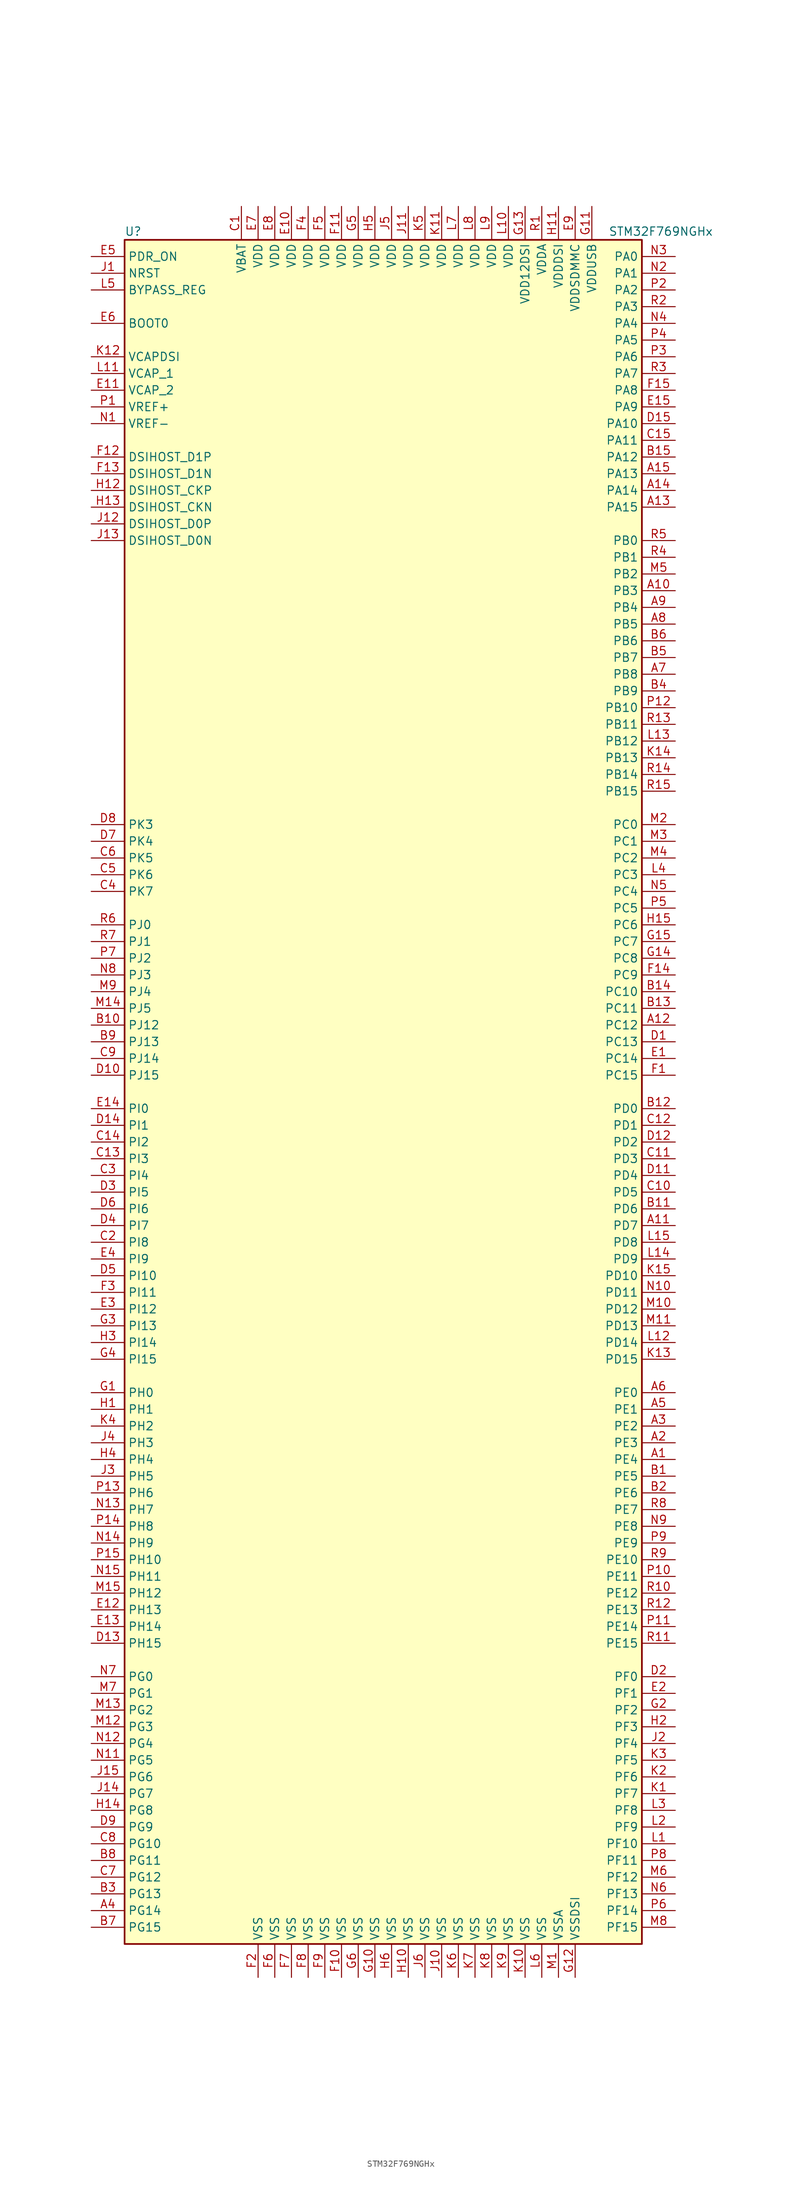
<source format=kicad_sym>
(kicad_symbol_lib
  (version 20201005)
  (generator kicad_symbol_editor)
  (symbol "STM32F769NGHx"
    (property "Reference" "U"
      (at -40.64 130.81 0)
      (effects (font (size 1.27 1.27)) (justify left)))
    (property "Value" "STM32F769NGHx"
      (at 33.02 130.81 0)
      (effects (font (size 1.27 1.27)) (justify left)))
    (symbol "STM32F769NGHx_0_1"
      (rectangle (start -40.64 -129.54) (end 38.1 129.54) (stroke (width 0.254)) (fill (type background))))
    (symbol "STM32F769NGHx_1_1"
      (pin bidirectional line (at 43.18 -55.88 180) (length 5.08) (name "PE4" (effects (font (size 1.27 1.27)))) (number "A1" (effects (font (size 1.27 1.27)))))
      (pin bidirectional line (at 43.18 76.2 180) (length 5.08) (name "PB3" (effects (font (size 1.27 1.27)))) (number "A10" (effects (font (size 1.27 1.27)))))
      (pin bidirectional line (at 43.18 -20.32 180) (length 5.08) (name "PD7" (effects (font (size 1.27 1.27)))) (number "A11" (effects (font (size 1.27 1.27)))))
      (pin bidirectional line (at 43.18 10.16 180) (length 5.08) (name "PC12" (effects (font (size 1.27 1.27)))) (number "A12" (effects (font (size 1.27 1.27)))))
      (pin bidirectional line (at 43.18 88.9 180) (length 5.08) (name "PA15" (effects (font (size 1.27 1.27)))) (number "A13" (effects (font (size 1.27 1.27)))))
      (pin bidirectional line (at 43.18 91.44 180) (length 5.08) (name "PA14" (effects (font (size 1.27 1.27)))) (number "A14" (effects (font (size 1.27 1.27)))))
      (pin bidirectional line (at 43.18 93.98 180) (length 5.08) (name "PA13" (effects (font (size 1.27 1.27)))) (number "A15" (effects (font (size 1.27 1.27)))))
      (pin bidirectional line (at 43.18 -53.34 180) (length 5.08) (name "PE3" (effects (font (size 1.27 1.27)))) (number "A2" (effects (font (size 1.27 1.27)))))
      (pin bidirectional line (at 43.18 -50.8 180) (length 5.08) (name "PE2" (effects (font (size 1.27 1.27)))) (number "A3" (effects (font (size 1.27 1.27)))))
      (pin bidirectional line (at -45.72 -124.46 0) (length 5.08) (name "PG14" (effects (font (size 1.27 1.27)))) (number "A4" (effects (font (size 1.27 1.27)))))
      (pin bidirectional line (at 43.18 -48.26 180) (length 5.08) (name "PE1" (effects (font (size 1.27 1.27)))) (number "A5" (effects (font (size 1.27 1.27)))))
      (pin bidirectional line (at 43.18 -45.72 180) (length 5.08) (name "PE0" (effects (font (size 1.27 1.27)))) (number "A6" (effects (font (size 1.27 1.27)))))
      (pin bidirectional line (at 43.18 63.5 180) (length 5.08) (name "PB8" (effects (font (size 1.27 1.27)))) (number "A7" (effects (font (size 1.27 1.27)))))
      (pin bidirectional line (at 43.18 71.12 180) (length 5.08) (name "PB5" (effects (font (size 1.27 1.27)))) (number "A8" (effects (font (size 1.27 1.27)))))
      (pin bidirectional line (at 43.18 73.66 180) (length 5.08) (name "PB4" (effects (font (size 1.27 1.27)))) (number "A9" (effects (font (size 1.27 1.27)))))
      (pin bidirectional line (at 43.18 -58.42 180) (length 5.08) (name "PE5" (effects (font (size 1.27 1.27)))) (number "B1" (effects (font (size 1.27 1.27)))))
      (pin bidirectional line (at -45.72 10.16 0) (length 5.08) (name "PJ12" (effects (font (size 1.27 1.27)))) (number "B10" (effects (font (size 1.27 1.27)))))
      (pin bidirectional line (at 43.18 -17.78 180) (length 5.08) (name "PD6" (effects (font (size 1.27 1.27)))) (number "B11" (effects (font (size 1.27 1.27)))))
      (pin bidirectional line (at 43.18 -2.54 180) (length 5.08) (name "PD0" (effects (font (size 1.27 1.27)))) (number "B12" (effects (font (size 1.27 1.27)))))
      (pin bidirectional line (at 43.18 12.7 180) (length 5.08) (name "PC11" (effects (font (size 1.27 1.27)))) (number "B13" (effects (font (size 1.27 1.27)))))
      (pin bidirectional line (at 43.18 15.24 180) (length 5.08) (name "PC10" (effects (font (size 1.27 1.27)))) (number "B14" (effects (font (size 1.27 1.27)))))
      (pin bidirectional line (at 43.18 96.52 180) (length 5.08) (name "PA12" (effects (font (size 1.27 1.27)))) (number "B15" (effects (font (size 1.27 1.27)))))
      (pin bidirectional line (at 43.18 -60.96 180) (length 5.08) (name "PE6" (effects (font (size 1.27 1.27)))) (number "B2" (effects (font (size 1.27 1.27)))))
      (pin bidirectional line (at -45.72 -121.92 0) (length 5.08) (name "PG13" (effects (font (size 1.27 1.27)))) (number "B3" (effects (font (size 1.27 1.27)))))
      (pin bidirectional line (at 43.18 60.96 180) (length 5.08) (name "PB9" (effects (font (size 1.27 1.27)))) (number "B4" (effects (font (size 1.27 1.27)))))
      (pin bidirectional line (at 43.18 66.04 180) (length 5.08) (name "PB7" (effects (font (size 1.27 1.27)))) (number "B5" (effects (font (size 1.27 1.27)))))
      (pin bidirectional line (at 43.18 68.58 180) (length 5.08) (name "PB6" (effects (font (size 1.27 1.27)))) (number "B6" (effects (font (size 1.27 1.27)))))
      (pin bidirectional line (at -45.72 -127 0) (length 5.08) (name "PG15" (effects (font (size 1.27 1.27)))) (number "B7" (effects (font (size 1.27 1.27)))))
      (pin bidirectional line (at -45.72 -116.84 0) (length 5.08) (name "PG11" (effects (font (size 1.27 1.27)))) (number "B8" (effects (font (size 1.27 1.27)))))
      (pin bidirectional line (at -45.72 7.62 0) (length 5.08) (name "PJ13" (effects (font (size 1.27 1.27)))) (number "B9" (effects (font (size 1.27 1.27)))))
      (pin power_in line (at -22.86 134.62 270) (length 5.08) (name "VBAT" (effects (font (size 1.27 1.27)))) (number "C1" (effects (font (size 1.27 1.27)))))
      (pin bidirectional line (at 43.18 -15.24 180) (length 5.08) (name "PD5" (effects (font (size 1.27 1.27)))) (number "C10" (effects (font (size 1.27 1.27)))))
      (pin bidirectional line (at 43.18 -10.16 180) (length 5.08) (name "PD3" (effects (font (size 1.27 1.27)))) (number "C11" (effects (font (size 1.27 1.27)))))
      (pin bidirectional line (at 43.18 -5.08 180) (length 5.08) (name "PD1" (effects (font (size 1.27 1.27)))) (number "C12" (effects (font (size 1.27 1.27)))))
      (pin bidirectional line (at -45.72 -10.16 0) (length 5.08) (name "PI3" (effects (font (size 1.27 1.27)))) (number "C13" (effects (font (size 1.27 1.27)))))
      (pin bidirectional line (at -45.72 -7.62 0) (length 5.08) (name "PI2" (effects (font (size 1.27 1.27)))) (number "C14" (effects (font (size 1.27 1.27)))))
      (pin bidirectional line (at 43.18 99.06 180) (length 5.08) (name "PA11" (effects (font (size 1.27 1.27)))) (number "C15" (effects (font (size 1.27 1.27)))))
      (pin bidirectional line (at -45.72 -22.86 0) (length 5.08) (name "PI8" (effects (font (size 1.27 1.27)))) (number "C2" (effects (font (size 1.27 1.27)))))
      (pin bidirectional line (at -45.72 -12.7 0) (length 5.08) (name "PI4" (effects (font (size 1.27 1.27)))) (number "C3" (effects (font (size 1.27 1.27)))))
      (pin bidirectional line (at -45.72 30.48 0) (length 5.08) (name "PK7" (effects (font (size 1.27 1.27)))) (number "C4" (effects (font (size 1.27 1.27)))))
      (pin bidirectional line (at -45.72 33.02 0) (length 5.08) (name "PK6" (effects (font (size 1.27 1.27)))) (number "C5" (effects (font (size 1.27 1.27)))))
      (pin bidirectional line (at -45.72 35.56 0) (length 5.08) (name "PK5" (effects (font (size 1.27 1.27)))) (number "C6" (effects (font (size 1.27 1.27)))))
      (pin bidirectional line (at -45.72 -119.38 0) (length 5.08) (name "PG12" (effects (font (size 1.27 1.27)))) (number "C7" (effects (font (size 1.27 1.27)))))
      (pin bidirectional line (at -45.72 -114.3 0) (length 5.08) (name "PG10" (effects (font (size 1.27 1.27)))) (number "C8" (effects (font (size 1.27 1.27)))))
      (pin bidirectional line (at -45.72 5.08 0) (length 5.08) (name "PJ14" (effects (font (size 1.27 1.27)))) (number "C9" (effects (font (size 1.27 1.27)))))
      (pin bidirectional line (at 43.18 7.62 180) (length 5.08) (name "PC13" (effects (font (size 1.27 1.27)))) (number "D1" (effects (font (size 1.27 1.27)))))
      (pin bidirectional line (at -45.72 2.54 0) (length 5.08) (name "PJ15" (effects (font (size 1.27 1.27)))) (number "D10" (effects (font (size 1.27 1.27)))))
      (pin bidirectional line (at 43.18 -12.7 180) (length 5.08) (name "PD4" (effects (font (size 1.27 1.27)))) (number "D11" (effects (font (size 1.27 1.27)))))
      (pin bidirectional line (at 43.18 -7.62 180) (length 5.08) (name "PD2" (effects (font (size 1.27 1.27)))) (number "D12" (effects (font (size 1.27 1.27)))))
      (pin bidirectional line (at -45.72 -83.82 0) (length 5.08) (name "PH15" (effects (font (size 1.27 1.27)))) (number "D13" (effects (font (size 1.27 1.27)))))
      (pin bidirectional line (at -45.72 -5.08 0) (length 5.08) (name "PI1" (effects (font (size 1.27 1.27)))) (number "D14" (effects (font (size 1.27 1.27)))))
      (pin bidirectional line (at 43.18 101.6 180) (length 5.08) (name "PA10" (effects (font (size 1.27 1.27)))) (number "D15" (effects (font (size 1.27 1.27)))))
      (pin bidirectional line (at 43.18 -88.9 180) (length 5.08) (name "PF0" (effects (font (size 1.27 1.27)))) (number "D2" (effects (font (size 1.27 1.27)))))
      (pin bidirectional line (at -45.72 -15.24 0) (length 5.08) (name "PI5" (effects (font (size 1.27 1.27)))) (number "D3" (effects (font (size 1.27 1.27)))))
      (pin bidirectional line (at -45.72 -20.32 0) (length 5.08) (name "PI7" (effects (font (size 1.27 1.27)))) (number "D4" (effects (font (size 1.27 1.27)))))
      (pin bidirectional line (at -45.72 -27.94 0) (length 5.08) (name "PI10" (effects (font (size 1.27 1.27)))) (number "D5" (effects (font (size 1.27 1.27)))))
      (pin bidirectional line (at -45.72 -17.78 0) (length 5.08) (name "PI6" (effects (font (size 1.27 1.27)))) (number "D6" (effects (font (size 1.27 1.27)))))
      (pin bidirectional line (at -45.72 38.1 0) (length 5.08) (name "PK4" (effects (font (size 1.27 1.27)))) (number "D7" (effects (font (size 1.27 1.27)))))
      (pin bidirectional line (at -45.72 40.64 0) (length 5.08) (name "PK3" (effects (font (size 1.27 1.27)))) (number "D8" (effects (font (size 1.27 1.27)))))
      (pin bidirectional line (at -45.72 -111.76 0) (length 5.08) (name "PG9" (effects (font (size 1.27 1.27)))) (number "D9" (effects (font (size 1.27 1.27)))))
      (pin bidirectional line (at 43.18 5.08 180) (length 5.08) (name "PC14" (effects (font (size 1.27 1.27)))) (number "E1" (effects (font (size 1.27 1.27)))))
      (pin power_in line (at -15.24 134.62 270) (length 5.08) (name "VDD" (effects (font (size 1.27 1.27)))) (number "E10" (effects (font (size 1.27 1.27)))))
      (pin power_in line (at -45.72 106.68 0) (length 5.08) (name "VCAP_2" (effects (font (size 1.27 1.27)))) (number "E11" (effects (font (size 1.27 1.27)))))
      (pin bidirectional line (at -45.72 -78.74 0) (length 5.08) (name "PH13" (effects (font (size 1.27 1.27)))) (number "E12" (effects (font (size 1.27 1.27)))))
      (pin bidirectional line (at -45.72 -81.28 0) (length 5.08) (name "PH14" (effects (font (size 1.27 1.27)))) (number "E13" (effects (font (size 1.27 1.27)))))
      (pin bidirectional line (at -45.72 -2.54 0) (length 5.08) (name "PI0" (effects (font (size 1.27 1.27)))) (number "E14" (effects (font (size 1.27 1.27)))))
      (pin bidirectional line (at 43.18 104.14 180) (length 5.08) (name "PA9" (effects (font (size 1.27 1.27)))) (number "E15" (effects (font (size 1.27 1.27)))))
      (pin bidirectional line (at 43.18 -91.44 180) (length 5.08) (name "PF1" (effects (font (size 1.27 1.27)))) (number "E2" (effects (font (size 1.27 1.27)))))
      (pin bidirectional line (at -45.72 -33.02 0) (length 5.08) (name "PI12" (effects (font (size 1.27 1.27)))) (number "E3" (effects (font (size 1.27 1.27)))))
      (pin bidirectional line (at -45.72 -25.4 0) (length 5.08) (name "PI9" (effects (font (size 1.27 1.27)))) (number "E4" (effects (font (size 1.27 1.27)))))
      (pin input line (at -45.72 127 0) (length 5.08) (name "PDR_ON" (effects (font (size 1.27 1.27)))) (number "E5" (effects (font (size 1.27 1.27)))))
      (pin input line (at -45.72 116.84 0) (length 5.08) (name "BOOT0" (effects (font (size 1.27 1.27)))) (number "E6" (effects (font (size 1.27 1.27)))))
      (pin power_in line (at -20.32 134.62 270) (length 5.08) (name "VDD" (effects (font (size 1.27 1.27)))) (number "E7" (effects (font (size 1.27 1.27)))))
      (pin power_in line (at -17.78 134.62 270) (length 5.08) (name "VDD" (effects (font (size 1.27 1.27)))) (number "E8" (effects (font (size 1.27 1.27)))))
      (pin power_in line (at 27.94 134.62 270) (length 5.08) (name "VDDSDMMC" (effects (font (size 1.27 1.27)))) (number "E9" (effects (font (size 1.27 1.27)))))
      (pin bidirectional line (at 43.18 2.54 180) (length 5.08) (name "PC15" (effects (font (size 1.27 1.27)))) (number "F1" (effects (font (size 1.27 1.27)))))
      (pin power_in line (at -7.62 -134.62 90) (length 5.08) (name "VSS" (effects (font (size 1.27 1.27)))) (number "F10" (effects (font (size 1.27 1.27)))))
      (pin power_in line (at -7.62 134.62 270) (length 5.08) (name "VDD" (effects (font (size 1.27 1.27)))) (number "F11" (effects (font (size 1.27 1.27)))))
      (pin bidirectional line (at -45.72 96.52 0) (length 5.08) (name "DSIHOST_D1P" (effects (font (size 1.27 1.27)))) (number "F12" (effects (font (size 1.27 1.27)))))
      (pin bidirectional line (at -45.72 93.98 0) (length 5.08) (name "DSIHOST_D1N" (effects (font (size 1.27 1.27)))) (number "F13" (effects (font (size 1.27 1.27)))))
      (pin bidirectional line (at 43.18 17.78 180) (length 5.08) (name "PC9" (effects (font (size 1.27 1.27)))) (number "F14" (effects (font (size 1.27 1.27)))))
      (pin bidirectional line (at 43.18 106.68 180) (length 5.08) (name "PA8" (effects (font (size 1.27 1.27)))) (number "F15" (effects (font (size 1.27 1.27)))))
      (pin power_in line (at -20.32 -134.62 90) (length 5.08) (name "VSS" (effects (font (size 1.27 1.27)))) (number "F2" (effects (font (size 1.27 1.27)))))
      (pin bidirectional line (at -45.72 -30.48 0) (length 5.08) (name "PI11" (effects (font (size 1.27 1.27)))) (number "F3" (effects (font (size 1.27 1.27)))))
      (pin power_in line (at -12.7 134.62 270) (length 5.08) (name "VDD" (effects (font (size 1.27 1.27)))) (number "F4" (effects (font (size 1.27 1.27)))))
      (pin power_in line (at -10.16 134.62 270) (length 5.08) (name "VDD" (effects (font (size 1.27 1.27)))) (number "F5" (effects (font (size 1.27 1.27)))))
      (pin power_in line (at -17.78 -134.62 90) (length 5.08) (name "VSS" (effects (font (size 1.27 1.27)))) (number "F6" (effects (font (size 1.27 1.27)))))
      (pin power_in line (at -15.24 -134.62 90) (length 5.08) (name "VSS" (effects (font (size 1.27 1.27)))) (number "F7" (effects (font (size 1.27 1.27)))))
      (pin power_in line (at -12.7 -134.62 90) (length 5.08) (name "VSS" (effects (font (size 1.27 1.27)))) (number "F8" (effects (font (size 1.27 1.27)))))
      (pin power_in line (at -10.16 -134.62 90) (length 5.08) (name "VSS" (effects (font (size 1.27 1.27)))) (number "F9" (effects (font (size 1.27 1.27)))))
      (pin input line (at -45.72 -45.72 0) (length 5.08) (name "PH0" (effects (font (size 1.27 1.27)))) (number "G1" (effects (font (size 1.27 1.27)))))
      (pin power_in line (at -2.54 -134.62 90) (length 5.08) (name "VSS" (effects (font (size 1.27 1.27)))) (number "G10" (effects (font (size 1.27 1.27)))))
      (pin power_in line (at 30.48 134.62 270) (length 5.08) (name "VDDUSB" (effects (font (size 1.27 1.27)))) (number "G11" (effects (font (size 1.27 1.27)))))
      (pin power_in line (at 27.94 -134.62 90) (length 5.08) (name "VSSDSI" (effects (font (size 1.27 1.27)))) (number "G12" (effects (font (size 1.27 1.27)))))
      (pin power_in line (at 20.32 134.62 270) (length 5.08) (name "VDD12DSI" (effects (font (size 1.27 1.27)))) (number "G13" (effects (font (size 1.27 1.27)))))
      (pin bidirectional line (at 43.18 20.32 180) (length 5.08) (name "PC8" (effects (font (size 1.27 1.27)))) (number "G14" (effects (font (size 1.27 1.27)))))
      (pin bidirectional line (at 43.18 22.86 180) (length 5.08) (name "PC7" (effects (font (size 1.27 1.27)))) (number "G15" (effects (font (size 1.27 1.27)))))
      (pin bidirectional line (at 43.18 -93.98 180) (length 5.08) (name "PF2" (effects (font (size 1.27 1.27)))) (number "G2" (effects (font (size 1.27 1.27)))))
      (pin bidirectional line (at -45.72 -35.56 0) (length 5.08) (name "PI13" (effects (font (size 1.27 1.27)))) (number "G3" (effects (font (size 1.27 1.27)))))
      (pin bidirectional line (at -45.72 -40.64 0) (length 5.08) (name "PI15" (effects (font (size 1.27 1.27)))) (number "G4" (effects (font (size 1.27 1.27)))))
      (pin power_in line (at -5.08 134.62 270) (length 5.08) (name "VDD" (effects (font (size 1.27 1.27)))) (number "G5" (effects (font (size 1.27 1.27)))))
      (pin power_in line (at -5.08 -134.62 90) (length 5.08) (name "VSS" (effects (font (size 1.27 1.27)))) (number "G6" (effects (font (size 1.27 1.27)))))
      (pin input line (at -45.72 -48.26 0) (length 5.08) (name "PH1" (effects (font (size 1.27 1.27)))) (number "H1" (effects (font (size 1.27 1.27)))))
      (pin power_in line (at 2.54 -134.62 90) (length 5.08) (name "VSS" (effects (font (size 1.27 1.27)))) (number "H10" (effects (font (size 1.27 1.27)))))
      (pin power_in line (at 25.4 134.62 270) (length 5.08) (name "VDDDSI" (effects (font (size 1.27 1.27)))) (number "H11" (effects (font (size 1.27 1.27)))))
      (pin bidirectional line (at -45.72 91.44 0) (length 5.08) (name "DSIHOST_CKP" (effects (font (size 1.27 1.27)))) (number "H12" (effects (font (size 1.27 1.27)))))
      (pin bidirectional line (at -45.72 88.9 0) (length 5.08) (name "DSIHOST_CKN" (effects (font (size 1.27 1.27)))) (number "H13" (effects (font (size 1.27 1.27)))))
      (pin bidirectional line (at -45.72 -109.22 0) (length 5.08) (name "PG8" (effects (font (size 1.27 1.27)))) (number "H14" (effects (font (size 1.27 1.27)))))
      (pin bidirectional line (at 43.18 25.4 180) (length 5.08) (name "PC6" (effects (font (size 1.27 1.27)))) (number "H15" (effects (font (size 1.27 1.27)))))
      (pin bidirectional line (at 43.18 -96.52 180) (length 5.08) (name "PF3" (effects (font (size 1.27 1.27)))) (number "H2" (effects (font (size 1.27 1.27)))))
      (pin bidirectional line (at -45.72 -38.1 0) (length 5.08) (name "PI14" (effects (font (size 1.27 1.27)))) (number "H3" (effects (font (size 1.27 1.27)))))
      (pin bidirectional line (at -45.72 -55.88 0) (length 5.08) (name "PH4" (effects (font (size 1.27 1.27)))) (number "H4" (effects (font (size 1.27 1.27)))))
      (pin power_in line (at -2.54 134.62 270) (length 5.08) (name "VDD" (effects (font (size 1.27 1.27)))) (number "H5" (effects (font (size 1.27 1.27)))))
      (pin power_in line (at 0 -134.62 90) (length 5.08) (name "VSS" (effects (font (size 1.27 1.27)))) (number "H6" (effects (font (size 1.27 1.27)))))
      (pin input line (at -45.72 124.46 0) (length 5.08) (name "NRST" (effects (font (size 1.27 1.27)))) (number "J1" (effects (font (size 1.27 1.27)))))
      (pin power_in line (at 7.62 -134.62 90) (length 5.08) (name "VSS" (effects (font (size 1.27 1.27)))) (number "J10" (effects (font (size 1.27 1.27)))))
      (pin power_in line (at 2.54 134.62 270) (length 5.08) (name "VDD" (effects (font (size 1.27 1.27)))) (number "J11" (effects (font (size 1.27 1.27)))))
      (pin bidirectional line (at -45.72 86.36 0) (length 5.08) (name "DSIHOST_D0P" (effects (font (size 1.27 1.27)))) (number "J12" (effects (font (size 1.27 1.27)))))
      (pin bidirectional line (at -45.72 83.82 0) (length 5.08) (name "DSIHOST_D0N" (effects (font (size 1.27 1.27)))) (number "J13" (effects (font (size 1.27 1.27)))))
      (pin bidirectional line (at -45.72 -106.68 0) (length 5.08) (name "PG7" (effects (font (size 1.27 1.27)))) (number "J14" (effects (font (size 1.27 1.27)))))
      (pin bidirectional line (at -45.72 -104.14 0) (length 5.08) (name "PG6" (effects (font (size 1.27 1.27)))) (number "J15" (effects (font (size 1.27 1.27)))))
      (pin bidirectional line (at 43.18 -99.06 180) (length 5.08) (name "PF4" (effects (font (size 1.27 1.27)))) (number "J2" (effects (font (size 1.27 1.27)))))
      (pin bidirectional line (at -45.72 -58.42 0) (length 5.08) (name "PH5" (effects (font (size 1.27 1.27)))) (number "J3" (effects (font (size 1.27 1.27)))))
      (pin bidirectional line (at -45.72 -53.34 0) (length 5.08) (name "PH3" (effects (font (size 1.27 1.27)))) (number "J4" (effects (font (size 1.27 1.27)))))
      (pin power_in line (at 0 134.62 270) (length 5.08) (name "VDD" (effects (font (size 1.27 1.27)))) (number "J5" (effects (font (size 1.27 1.27)))))
      (pin power_in line (at 5.08 -134.62 90) (length 5.08) (name "VSS" (effects (font (size 1.27 1.27)))) (number "J6" (effects (font (size 1.27 1.27)))))
      (pin bidirectional line (at 43.18 -106.68 180) (length 5.08) (name "PF7" (effects (font (size 1.27 1.27)))) (number "K1" (effects (font (size 1.27 1.27)))))
      (pin power_in line (at 20.32 -134.62 90) (length 5.08) (name "VSS" (effects (font (size 1.27 1.27)))) (number "K10" (effects (font (size 1.27 1.27)))))
      (pin power_in line (at 7.62 134.62 270) (length 5.08) (name "VDD" (effects (font (size 1.27 1.27)))) (number "K11" (effects (font (size 1.27 1.27)))))
      (pin power_in line (at -45.72 111.76 0) (length 5.08) (name "VCAPDSI" (effects (font (size 1.27 1.27)))) (number "K12" (effects (font (size 1.27 1.27)))))
      (pin bidirectional line (at 43.18 -40.64 180) (length 5.08) (name "PD15" (effects (font (size 1.27 1.27)))) (number "K13" (effects (font (size 1.27 1.27)))))
      (pin bidirectional line (at 43.18 50.8 180) (length 5.08) (name "PB13" (effects (font (size 1.27 1.27)))) (number "K14" (effects (font (size 1.27 1.27)))))
      (pin bidirectional line (at 43.18 -27.94 180) (length 5.08) (name "PD10" (effects (font (size 1.27 1.27)))) (number "K15" (effects (font (size 1.27 1.27)))))
      (pin bidirectional line (at 43.18 -104.14 180) (length 5.08) (name "PF6" (effects (font (size 1.27 1.27)))) (number "K2" (effects (font (size 1.27 1.27)))))
      (pin bidirectional line (at 43.18 -101.6 180) (length 5.08) (name "PF5" (effects (font (size 1.27 1.27)))) (number "K3" (effects (font (size 1.27 1.27)))))
      (pin bidirectional line (at -45.72 -50.8 0) (length 5.08) (name "PH2" (effects (font (size 1.27 1.27)))) (number "K4" (effects (font (size 1.27 1.27)))))
      (pin power_in line (at 5.08 134.62 270) (length 5.08) (name "VDD" (effects (font (size 1.27 1.27)))) (number "K5" (effects (font (size 1.27 1.27)))))
      (pin power_in line (at 10.16 -134.62 90) (length 5.08) (name "VSS" (effects (font (size 1.27 1.27)))) (number "K6" (effects (font (size 1.27 1.27)))))
      (pin power_in line (at 12.7 -134.62 90) (length 5.08) (name "VSS" (effects (font (size 1.27 1.27)))) (number "K7" (effects (font (size 1.27 1.27)))))
      (pin power_in line (at 15.24 -134.62 90) (length 5.08) (name "VSS" (effects (font (size 1.27 1.27)))) (number "K8" (effects (font (size 1.27 1.27)))))
      (pin power_in line (at 17.78 -134.62 90) (length 5.08) (name "VSS" (effects (font (size 1.27 1.27)))) (number "K9" (effects (font (size 1.27 1.27)))))
      (pin bidirectional line (at 43.18 -114.3 180) (length 5.08) (name "PF10" (effects (font (size 1.27 1.27)))) (number "L1" (effects (font (size 1.27 1.27)))))
      (pin power_in line (at 17.78 134.62 270) (length 5.08) (name "VDD" (effects (font (size 1.27 1.27)))) (number "L10" (effects (font (size 1.27 1.27)))))
      (pin power_in line (at -45.72 109.22 0) (length 5.08) (name "VCAP_1" (effects (font (size 1.27 1.27)))) (number "L11" (effects (font (size 1.27 1.27)))))
      (pin bidirectional line (at 43.18 -38.1 180) (length 5.08) (name "PD14" (effects (font (size 1.27 1.27)))) (number "L12" (effects (font (size 1.27 1.27)))))
      (pin bidirectional line (at 43.18 53.34 180) (length 5.08) (name "PB12" (effects (font (size 1.27 1.27)))) (number "L13" (effects (font (size 1.27 1.27)))))
      (pin bidirectional line (at 43.18 -25.4 180) (length 5.08) (name "PD9" (effects (font (size 1.27 1.27)))) (number "L14" (effects (font (size 1.27 1.27)))))
      (pin bidirectional line (at 43.18 -22.86 180) (length 5.08) (name "PD8" (effects (font (size 1.27 1.27)))) (number "L15" (effects (font (size 1.27 1.27)))))
      (pin bidirectional line (at 43.18 -111.76 180) (length 5.08) (name "PF9" (effects (font (size 1.27 1.27)))) (number "L2" (effects (font (size 1.27 1.27)))))
      (pin bidirectional line (at 43.18 -109.22 180) (length 5.08) (name "PF8" (effects (font (size 1.27 1.27)))) (number "L3" (effects (font (size 1.27 1.27)))))
      (pin bidirectional line (at 43.18 33.02 180) (length 5.08) (name "PC3" (effects (font (size 1.27 1.27)))) (number "L4" (effects (font (size 1.27 1.27)))))
      (pin input line (at -45.72 121.92 0) (length 5.08) (name "BYPASS_REG" (effects (font (size 1.27 1.27)))) (number "L5" (effects (font (size 1.27 1.27)))))
      (pin power_in line (at 22.86 -134.62 90) (length 5.08) (name "VSS" (effects (font (size 1.27 1.27)))) (number "L6" (effects (font (size 1.27 1.27)))))
      (pin power_in line (at 10.16 134.62 270) (length 5.08) (name "VDD" (effects (font (size 1.27 1.27)))) (number "L7" (effects (font (size 1.27 1.27)))))
      (pin power_in line (at 12.7 134.62 270) (length 5.08) (name "VDD" (effects (font (size 1.27 1.27)))) (number "L8" (effects (font (size 1.27 1.27)))))
      (pin power_in line (at 15.24 134.62 270) (length 5.08) (name "VDD" (effects (font (size 1.27 1.27)))) (number "L9" (effects (font (size 1.27 1.27)))))
      (pin power_in line (at 25.4 -134.62 90) (length 5.08) (name "VSSA" (effects (font (size 1.27 1.27)))) (number "M1" (effects (font (size 1.27 1.27)))))
      (pin bidirectional line (at 43.18 -33.02 180) (length 5.08) (name "PD12" (effects (font (size 1.27 1.27)))) (number "M10" (effects (font (size 1.27 1.27)))))
      (pin bidirectional line (at 43.18 -35.56 180) (length 5.08) (name "PD13" (effects (font (size 1.27 1.27)))) (number "M11" (effects (font (size 1.27 1.27)))))
      (pin bidirectional line (at -45.72 -96.52 0) (length 5.08) (name "PG3" (effects (font (size 1.27 1.27)))) (number "M12" (effects (font (size 1.27 1.27)))))
      (pin bidirectional line (at -45.72 -93.98 0) (length 5.08) (name "PG2" (effects (font (size 1.27 1.27)))) (number "M13" (effects (font (size 1.27 1.27)))))
      (pin bidirectional line (at -45.72 12.7 0) (length 5.08) (name "PJ5" (effects (font (size 1.27 1.27)))) (number "M14" (effects (font (size 1.27 1.27)))))
      (pin bidirectional line (at -45.72 -76.2 0) (length 5.08) (name "PH12" (effects (font (size 1.27 1.27)))) (number "M15" (effects (font (size 1.27 1.27)))))
      (pin bidirectional line (at 43.18 40.64 180) (length 5.08) (name "PC0" (effects (font (size 1.27 1.27)))) (number "M2" (effects (font (size 1.27 1.27)))))
      (pin bidirectional line (at 43.18 38.1 180) (length 5.08) (name "PC1" (effects (font (size 1.27 1.27)))) (number "M3" (effects (font (size 1.27 1.27)))))
      (pin bidirectional line (at 43.18 35.56 180) (length 5.08) (name "PC2" (effects (font (size 1.27 1.27)))) (number "M4" (effects (font (size 1.27 1.27)))))
      (pin bidirectional line (at 43.18 78.74 180) (length 5.08) (name "PB2" (effects (font (size 1.27 1.27)))) (number "M5" (effects (font (size 1.27 1.27)))))
      (pin bidirectional line (at 43.18 -119.38 180) (length 5.08) (name "PF12" (effects (font (size 1.27 1.27)))) (number "M6" (effects (font (size 1.27 1.27)))))
      (pin bidirectional line (at -45.72 -91.44 0) (length 5.08) (name "PG1" (effects (font (size 1.27 1.27)))) (number "M7" (effects (font (size 1.27 1.27)))))
      (pin bidirectional line (at 43.18 -127 180) (length 5.08) (name "PF15" (effects (font (size 1.27 1.27)))) (number "M8" (effects (font (size 1.27 1.27)))))
      (pin bidirectional line (at -45.72 15.24 0) (length 5.08) (name "PJ4" (effects (font (size 1.27 1.27)))) (number "M9" (effects (font (size 1.27 1.27)))))
      (pin power_in line (at -45.72 101.6 0) (length 5.08) (name "VREF-" (effects (font (size 1.27 1.27)))) (number "N1" (effects (font (size 1.27 1.27)))))
      (pin bidirectional line (at 43.18 -30.48 180) (length 5.08) (name "PD11" (effects (font (size 1.27 1.27)))) (number "N10" (effects (font (size 1.27 1.27)))))
      (pin bidirectional line (at -45.72 -101.6 0) (length 5.08) (name "PG5" (effects (font (size 1.27 1.27)))) (number "N11" (effects (font (size 1.27 1.27)))))
      (pin bidirectional line (at -45.72 -99.06 0) (length 5.08) (name "PG4" (effects (font (size 1.27 1.27)))) (number "N12" (effects (font (size 1.27 1.27)))))
      (pin bidirectional line (at -45.72 -63.5 0) (length 5.08) (name "PH7" (effects (font (size 1.27 1.27)))) (number "N13" (effects (font (size 1.27 1.27)))))
      (pin bidirectional line (at -45.72 -68.58 0) (length 5.08) (name "PH9" (effects (font (size 1.27 1.27)))) (number "N14" (effects (font (size 1.27 1.27)))))
      (pin bidirectional line (at -45.72 -73.66 0) (length 5.08) (name "PH11" (effects (font (size 1.27 1.27)))) (number "N15" (effects (font (size 1.27 1.27)))))
      (pin bidirectional line (at 43.18 124.46 180) (length 5.08) (name "PA1" (effects (font (size 1.27 1.27)))) (number "N2" (effects (font (size 1.27 1.27)))))
      (pin bidirectional line (at 43.18 127 180) (length 5.08) (name "PA0" (effects (font (size 1.27 1.27)))) (number "N3" (effects (font (size 1.27 1.27)))))
      (pin bidirectional line (at 43.18 116.84 180) (length 5.08) (name "PA4" (effects (font (size 1.27 1.27)))) (number "N4" (effects (font (size 1.27 1.27)))))
      (pin bidirectional line (at 43.18 30.48 180) (length 5.08) (name "PC4" (effects (font (size 1.27 1.27)))) (number "N5" (effects (font (size 1.27 1.27)))))
      (pin bidirectional line (at 43.18 -121.92 180) (length 5.08) (name "PF13" (effects (font (size 1.27 1.27)))) (number "N6" (effects (font (size 1.27 1.27)))))
      (pin bidirectional line (at -45.72 -88.9 0) (length 5.08) (name "PG0" (effects (font (size 1.27 1.27)))) (number "N7" (effects (font (size 1.27 1.27)))))
      (pin bidirectional line (at -45.72 17.78 0) (length 5.08) (name "PJ3" (effects (font (size 1.27 1.27)))) (number "N8" (effects (font (size 1.27 1.27)))))
      (pin bidirectional line (at 43.18 -66.04 180) (length 5.08) (name "PE8" (effects (font (size 1.27 1.27)))) (number "N9" (effects (font (size 1.27 1.27)))))
      (pin power_in line (at -45.72 104.14 0) (length 5.08) (name "VREF+" (effects (font (size 1.27 1.27)))) (number "P1" (effects (font (size 1.27 1.27)))))
      (pin bidirectional line (at 43.18 -73.66 180) (length 5.08) (name "PE11" (effects (font (size 1.27 1.27)))) (number "P10" (effects (font (size 1.27 1.27)))))
      (pin bidirectional line (at 43.18 -81.28 180) (length 5.08) (name "PE14" (effects (font (size 1.27 1.27)))) (number "P11" (effects (font (size 1.27 1.27)))))
      (pin bidirectional line (at 43.18 58.42 180) (length 5.08) (name "PB10" (effects (font (size 1.27 1.27)))) (number "P12" (effects (font (size 1.27 1.27)))))
      (pin bidirectional line (at -45.72 -60.96 0) (length 5.08) (name "PH6" (effects (font (size 1.27 1.27)))) (number "P13" (effects (font (size 1.27 1.27)))))
      (pin bidirectional line (at -45.72 -66.04 0) (length 5.08) (name "PH8" (effects (font (size 1.27 1.27)))) (number "P14" (effects (font (size 1.27 1.27)))))
      (pin bidirectional line (at -45.72 -71.12 0) (length 5.08) (name "PH10" (effects (font (size 1.27 1.27)))) (number "P15" (effects (font (size 1.27 1.27)))))
      (pin bidirectional line (at 43.18 121.92 180) (length 5.08) (name "PA2" (effects (font (size 1.27 1.27)))) (number "P2" (effects (font (size 1.27 1.27)))))
      (pin bidirectional line (at 43.18 111.76 180) (length 5.08) (name "PA6" (effects (font (size 1.27 1.27)))) (number "P3" (effects (font (size 1.27 1.27)))))
      (pin bidirectional line (at 43.18 114.3 180) (length 5.08) (name "PA5" (effects (font (size 1.27 1.27)))) (number "P4" (effects (font (size 1.27 1.27)))))
      (pin bidirectional line (at 43.18 27.94 180) (length 5.08) (name "PC5" (effects (font (size 1.27 1.27)))) (number "P5" (effects (font (size 1.27 1.27)))))
      (pin bidirectional line (at 43.18 -124.46 180) (length 5.08) (name "PF14" (effects (font (size 1.27 1.27)))) (number "P6" (effects (font (size 1.27 1.27)))))
      (pin bidirectional line (at -45.72 20.32 0) (length 5.08) (name "PJ2" (effects (font (size 1.27 1.27)))) (number "P7" (effects (font (size 1.27 1.27)))))
      (pin bidirectional line (at 43.18 -116.84 180) (length 5.08) (name "PF11" (effects (font (size 1.27 1.27)))) (number "P8" (effects (font (size 1.27 1.27)))))
      (pin bidirectional line (at 43.18 -68.58 180) (length 5.08) (name "PE9" (effects (font (size 1.27 1.27)))) (number "P9" (effects (font (size 1.27 1.27)))))
      (pin power_in line (at 22.86 134.62 270) (length 5.08) (name "VDDA" (effects (font (size 1.27 1.27)))) (number "R1" (effects (font (size 1.27 1.27)))))
      (pin bidirectional line (at 43.18 -76.2 180) (length 5.08) (name "PE12" (effects (font (size 1.27 1.27)))) (number "R10" (effects (font (size 1.27 1.27)))))
      (pin bidirectional line (at 43.18 -83.82 180) (length 5.08) (name "PE15" (effects (font (size 1.27 1.27)))) (number "R11" (effects (font (size 1.27 1.27)))))
      (pin bidirectional line (at 43.18 -78.74 180) (length 5.08) (name "PE13" (effects (font (size 1.27 1.27)))) (number "R12" (effects (font (size 1.27 1.27)))))
      (pin bidirectional line (at 43.18 55.88 180) (length 5.08) (name "PB11" (effects (font (size 1.27 1.27)))) (number "R13" (effects (font (size 1.27 1.27)))))
      (pin bidirectional line (at 43.18 48.26 180) (length 5.08) (name "PB14" (effects (font (size 1.27 1.27)))) (number "R14" (effects (font (size 1.27 1.27)))))
      (pin bidirectional line (at 43.18 45.72 180) (length 5.08) (name "PB15" (effects (font (size 1.27 1.27)))) (number "R15" (effects (font (size 1.27 1.27)))))
      (pin bidirectional line (at 43.18 119.38 180) (length 5.08) (name "PA3" (effects (font (size 1.27 1.27)))) (number "R2" (effects (font (size 1.27 1.27)))))
      (pin bidirectional line (at 43.18 109.22 180) (length 5.08) (name "PA7" (effects (font (size 1.27 1.27)))) (number "R3" (effects (font (size 1.27 1.27)))))
      (pin bidirectional line (at 43.18 81.28 180) (length 5.08) (name "PB1" (effects (font (size 1.27 1.27)))) (number "R4" (effects (font (size 1.27 1.27)))))
      (pin bidirectional line (at 43.18 83.82 180) (length 5.08) (name "PB0" (effects (font (size 1.27 1.27)))) (number "R5" (effects (font (size 1.27 1.27)))))
      (pin bidirectional line (at -45.72 25.4 0) (length 5.08) (name "PJ0" (effects (font (size 1.27 1.27)))) (number "R6" (effects (font (size 1.27 1.27)))))
      (pin bidirectional line (at -45.72 22.86 0) (length 5.08) (name "PJ1" (effects (font (size 1.27 1.27)))) (number "R7" (effects (font (size 1.27 1.27)))))
      (pin bidirectional line (at 43.18 -63.5 180) (length 5.08) (name "PE7" (effects (font (size 1.27 1.27)))) (number "R8" (effects (font (size 1.27 1.27)))))
      (pin bidirectional line (at 43.18 -71.12 180) (length 5.08) (name "PE10" (effects (font (size 1.27 1.27)))) (number "R9" (effects (font (size 1.27 1.27))))))))
</source>
